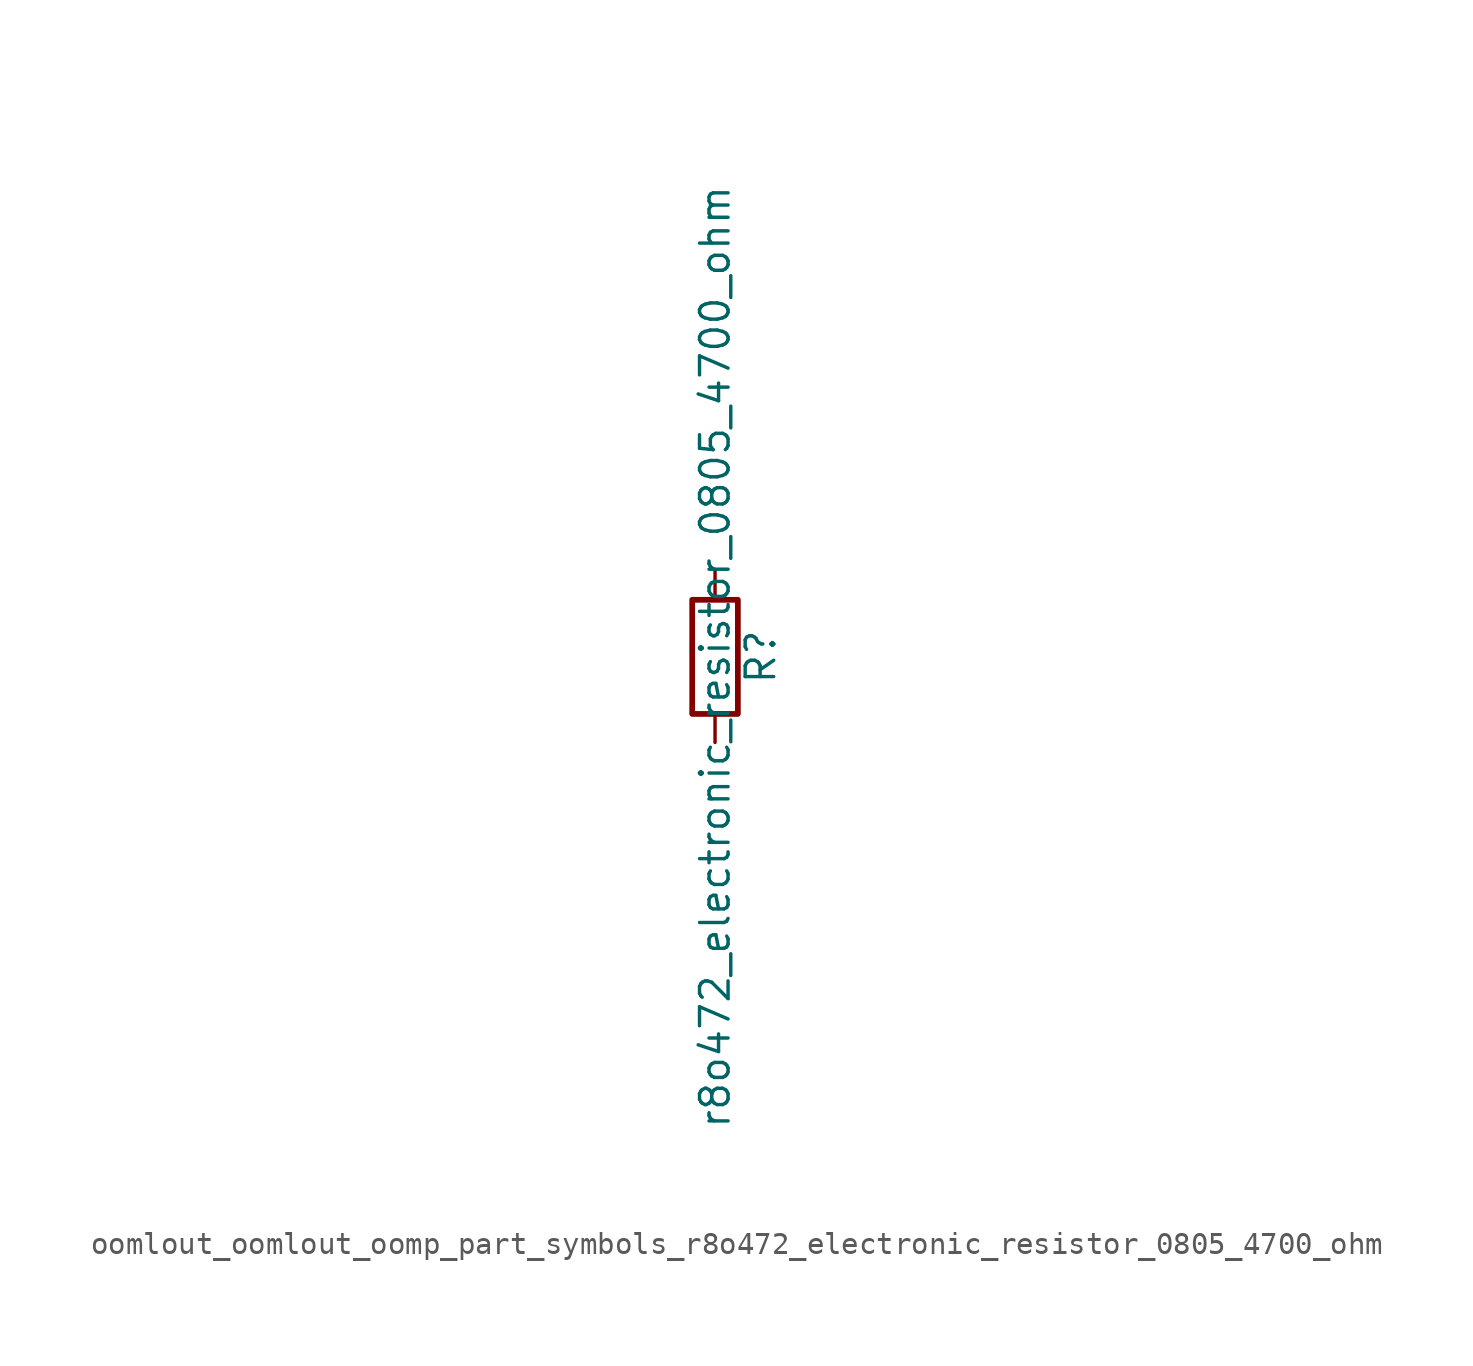
<source format=kicad_sym>
(kicad_symbol_lib
  (version 20220914)
  (generator kicad_symbol_editor)
  (symbol "oomlout_oomlout_oomp_part_symbols_r8o472_electronic_resistor_0805_4700_ohm"
    (pin_numbers hide)
    (pin_names
      (offset 0))
    (property "Reference" "R"
      (at 2.032 0 90)
      (effects (font (size 1.27 1.27))))
    (property "Value" "r8o472_electronic_resistor_0805_4700_ohm"
      (at 0 0 90)
      (effects (font (size 1.27 1.27))))
    (symbol "oomlout_oomlout_oomp_part_symbols_r8o472_electronic_resistor_0805_4700_ohm_0_1"
      (rectangle (start -1.016 -2.54) (end 1.016 2.54) (stroke (width 0.254) (type default)) (fill (type none))))
    (symbol "oomlout_oomlout_oomp_part_symbols_r8o472_electronic_resistor_0805_4700_ohm_1_1"
      (pin passive line (at 0 3.81 270) (length 1.27) (name "~" (effects (font (size 1.27 1.27)))) (number "1" (effects (font (size 1.27 1.27)))))
      (pin passive line (at 0 -3.81 90) (length 1.27) (name "~" (effects (font (size 1.27 1.27)))) (number "2" (effects (font (size 1.27 1.27))))))))
</source>
